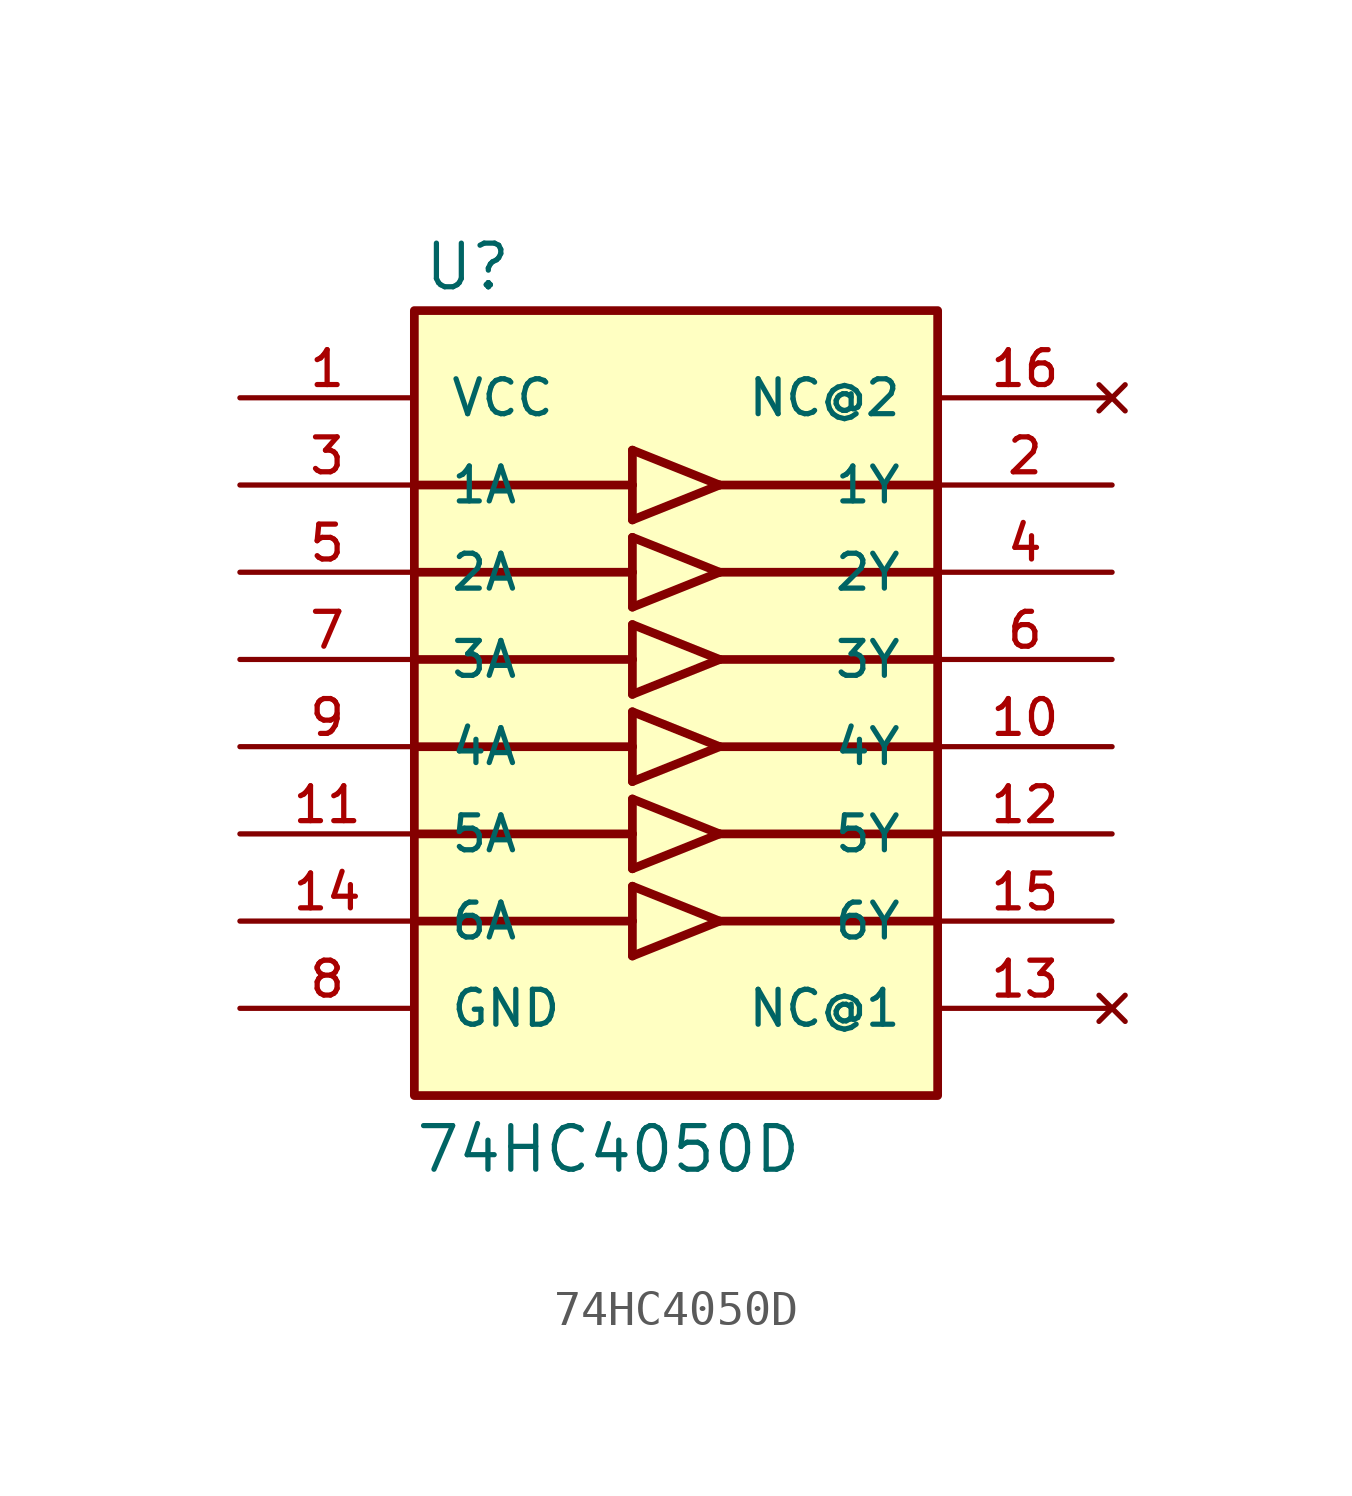
<source format=kicad_sym>
(kicad_symbol_lib
  (version 20241209)
  (generator "kicad_symbol_editor")
  (generator_version "9.0")
  (symbol "74HC4050D"
    (pin_names
      (offset 1.016))
    (property "Reference" "U"
      (at -7.38 11.961 0)
      (effects (font (size 1.27 1.27)) (justify left bottom)))
    (property "Value" "74HC4050D"
      (at -7.633 -13.739 0)
      (effects (font (size 1.27 1.27)) (justify left bottom)))
    (symbol "74HC4050D_0_0"
      (polyline (pts (xy -7.62 6.35) (xy -1.27 6.35)) (stroke (width 0.254) (type default)) (fill (type none)))
      (polyline (pts (xy -7.62 3.81) (xy -1.27 3.81)) (stroke (width 0.254) (type default)) (fill (type none)))
      (polyline (pts (xy -7.62 1.27) (xy -1.27 1.27)) (stroke (width 0.254) (type default)) (fill (type none)))
      (polyline (pts (xy -7.62 -1.27) (xy -1.27 -1.27)) (stroke (width 0.254) (type default)) (fill (type none)))
      (polyline (pts (xy -7.62 -3.81) (xy -1.27 -3.81)) (stroke (width 0.254) (type default)) (fill (type none)))
      (polyline (pts (xy -7.62 -6.35) (xy -1.27 -6.35)) (stroke (width 0.254) (type default)) (fill (type none)))
      (rectangle (start -7.62 -11.43) (end 7.62 11.43) (stroke (width 0.254) (type default)) (fill (type background)))
      (polyline (pts (xy -1.27 7.366) (xy -1.27 6.35)) (stroke (width 0.254) (type default)) (fill (type none)))
      (polyline (pts (xy -1.27 6.35) (xy -1.27 5.334)) (stroke (width 0.254) (type default)) (fill (type none)))
      (polyline (pts (xy -1.27 5.334) (xy 1.27 6.35)) (stroke (width 0.254) (type default)) (fill (type none)))
      (polyline (pts (xy -1.27 4.826) (xy -1.27 3.81)) (stroke (width 0.254) (type default)) (fill (type none)))
      (polyline (pts (xy -1.27 2.794) (xy -1.27 3.81)) (stroke (width 0.254) (type default)) (fill (type none)))
      (polyline (pts (xy -1.27 2.794) (xy 1.27 3.81)) (stroke (width 0.254) (type default)) (fill (type none)))
      (polyline (pts (xy -1.27 2.286) (xy -1.27 1.27)) (stroke (width 0.254) (type default)) (fill (type none)))
      (polyline (pts (xy -1.27 1.27) (xy -1.27 0.254)) (stroke (width 0.254) (type default)) (fill (type none)))
      (polyline (pts (xy -1.27 0.254) (xy 1.27 1.27)) (stroke (width 0.254) (type default)) (fill (type none)))
      (polyline (pts (xy -1.27 -0.254) (xy -1.27 -1.27)) (stroke (width 0.254) (type default)) (fill (type none)))
      (polyline (pts (xy -1.27 -2.286) (xy -1.27 -1.27)) (stroke (width 0.254) (type default)) (fill (type none)))
      (polyline (pts (xy -1.27 -2.286) (xy 1.27 -1.27)) (stroke (width 0.254) (type default)) (fill (type none)))
      (polyline (pts (xy -1.27 -2.794) (xy -1.27 -3.81)) (stroke (width 0.254) (type default)) (fill (type none)))
      (polyline (pts (xy -1.27 -3.81) (xy -1.27 -4.826)) (stroke (width 0.254) (type default)) (fill (type none)))
      (polyline (pts (xy -1.27 -4.826) (xy 1.27 -3.81)) (stroke (width 0.254) (type default)) (fill (type none)))
      (polyline (pts (xy -1.27 -5.334) (xy -1.27 -6.35)) (stroke (width 0.254) (type default)) (fill (type none)))
      (polyline (pts (xy -1.27 -7.366) (xy -1.27 -6.35)) (stroke (width 0.254) (type default)) (fill (type none)))
      (polyline (pts (xy -1.27 -7.366) (xy 1.27 -6.35)) (stroke (width 0.254) (type default)) (fill (type none)))
      (polyline (pts (xy 1.27 6.35) (xy -1.27 7.366)) (stroke (width 0.254) (type default)) (fill (type none)))
      (polyline (pts (xy 1.27 3.81) (xy -1.27 4.826)) (stroke (width 0.254) (type default)) (fill (type none)))
      (polyline (pts (xy 1.27 1.27) (xy -1.27 2.286)) (stroke (width 0.254) (type default)) (fill (type none)))
      (polyline (pts (xy 1.27 -1.27) (xy -1.27 -0.254)) (stroke (width 0.254) (type default)) (fill (type none)))
      (polyline (pts (xy 1.27 -3.81) (xy -1.27 -2.794)) (stroke (width 0.254) (type default)) (fill (type none)))
      (polyline (pts (xy 1.27 -6.35) (xy -1.27 -5.334)) (stroke (width 0.254) (type default)) (fill (type none)))
      (polyline (pts (xy 7.62 6.35) (xy 1.27 6.35)) (stroke (width 0.254) (type default)) (fill (type none)))
      (polyline (pts (xy 7.62 3.81) (xy 1.27 3.81)) (stroke (width 0.254) (type default)) (fill (type none)))
      (polyline (pts (xy 7.62 1.27) (xy 1.27 1.27)) (stroke (width 0.254) (type default)) (fill (type none)))
      (polyline (pts (xy 7.62 -1.27) (xy 1.27 -1.27)) (stroke (width 0.254) (type default)) (fill (type none)))
      (polyline (pts (xy 7.62 -3.81) (xy 1.27 -3.81)) (stroke (width 0.254) (type default)) (fill (type none)))
      (polyline (pts (xy 7.62 -6.35) (xy 1.27 -6.35)) (stroke (width 0.254) (type default)) (fill (type none)))
      (pin power_in line (at -12.7 8.89 0) (length 5.08) (name "VCC" (effects (font (size 1.016 1.016)))) (number "1" (effects (font (size 1.016 1.016)))))
      (pin input line (at -12.7 6.35 0) (length 5.08) (name "1A" (effects (font (size 1.016 1.016)))) (number "3" (effects (font (size 1.016 1.016)))))
      (pin input line (at -12.7 3.81 0) (length 5.08) (name "2A" (effects (font (size 1.016 1.016)))) (number "5" (effects (font (size 1.016 1.016)))))
      (pin input line (at -12.7 1.27 0) (length 5.08) (name "3A" (effects (font (size 1.016 1.016)))) (number "7" (effects (font (size 1.016 1.016)))))
      (pin input line (at -12.7 -1.27 0) (length 5.08) (name "4A" (effects (font (size 1.016 1.016)))) (number "9" (effects (font (size 1.016 1.016)))))
      (pin input line (at -12.7 -3.81 0) (length 5.08) (name "5A" (effects (font (size 1.016 1.016)))) (number "11" (effects (font (size 1.016 1.016)))))
      (pin input line (at -12.7 -6.35 0) (length 5.08) (name "6A" (effects (font (size 1.016 1.016)))) (number "14" (effects (font (size 1.016 1.016)))))
      (pin power_in line (at -12.7 -8.89 0) (length 5.08) (name "GND" (effects (font (size 1.016 1.016)))) (number "8" (effects (font (size 1.016 1.016)))))
      (pin no_connect line (at 12.7 8.89 180) (length 5.08) (name "NC@2" (effects (font (size 1.016 1.016)))) (number "16" (effects (font (size 1.016 1.016)))))
      (pin output line (at 12.7 6.35 180) (length 5.08) (name "1Y" (effects (font (size 1.016 1.016)))) (number "2" (effects (font (size 1.016 1.016)))))
      (pin output line (at 12.7 3.81 180) (length 5.08) (name "2Y" (effects (font (size 1.016 1.016)))) (number "4" (effects (font (size 1.016 1.016)))))
      (pin output line (at 12.7 1.27 180) (length 5.08) (name "3Y" (effects (font (size 1.016 1.016)))) (number "6" (effects (font (size 1.016 1.016)))))
      (pin output line (at 12.7 -1.27 180) (length 5.08) (name "4Y" (effects (font (size 1.016 1.016)))) (number "10" (effects (font (size 1.016 1.016)))))
      (pin output line (at 12.7 -3.81 180) (length 5.08) (name "5Y" (effects (font (size 1.016 1.016)))) (number "12" (effects (font (size 1.016 1.016)))))
      (pin output line (at 12.7 -6.35 180) (length 5.08) (name "6Y" (effects (font (size 1.016 1.016)))) (number "15" (effects (font (size 1.016 1.016)))))
      (pin no_connect line (at 12.7 -8.89 180) (length 5.08) (name "NC@1" (effects (font (size 1.016 1.016)))) (number "13" (effects (font (size 1.016 1.016))))))))
</source>
